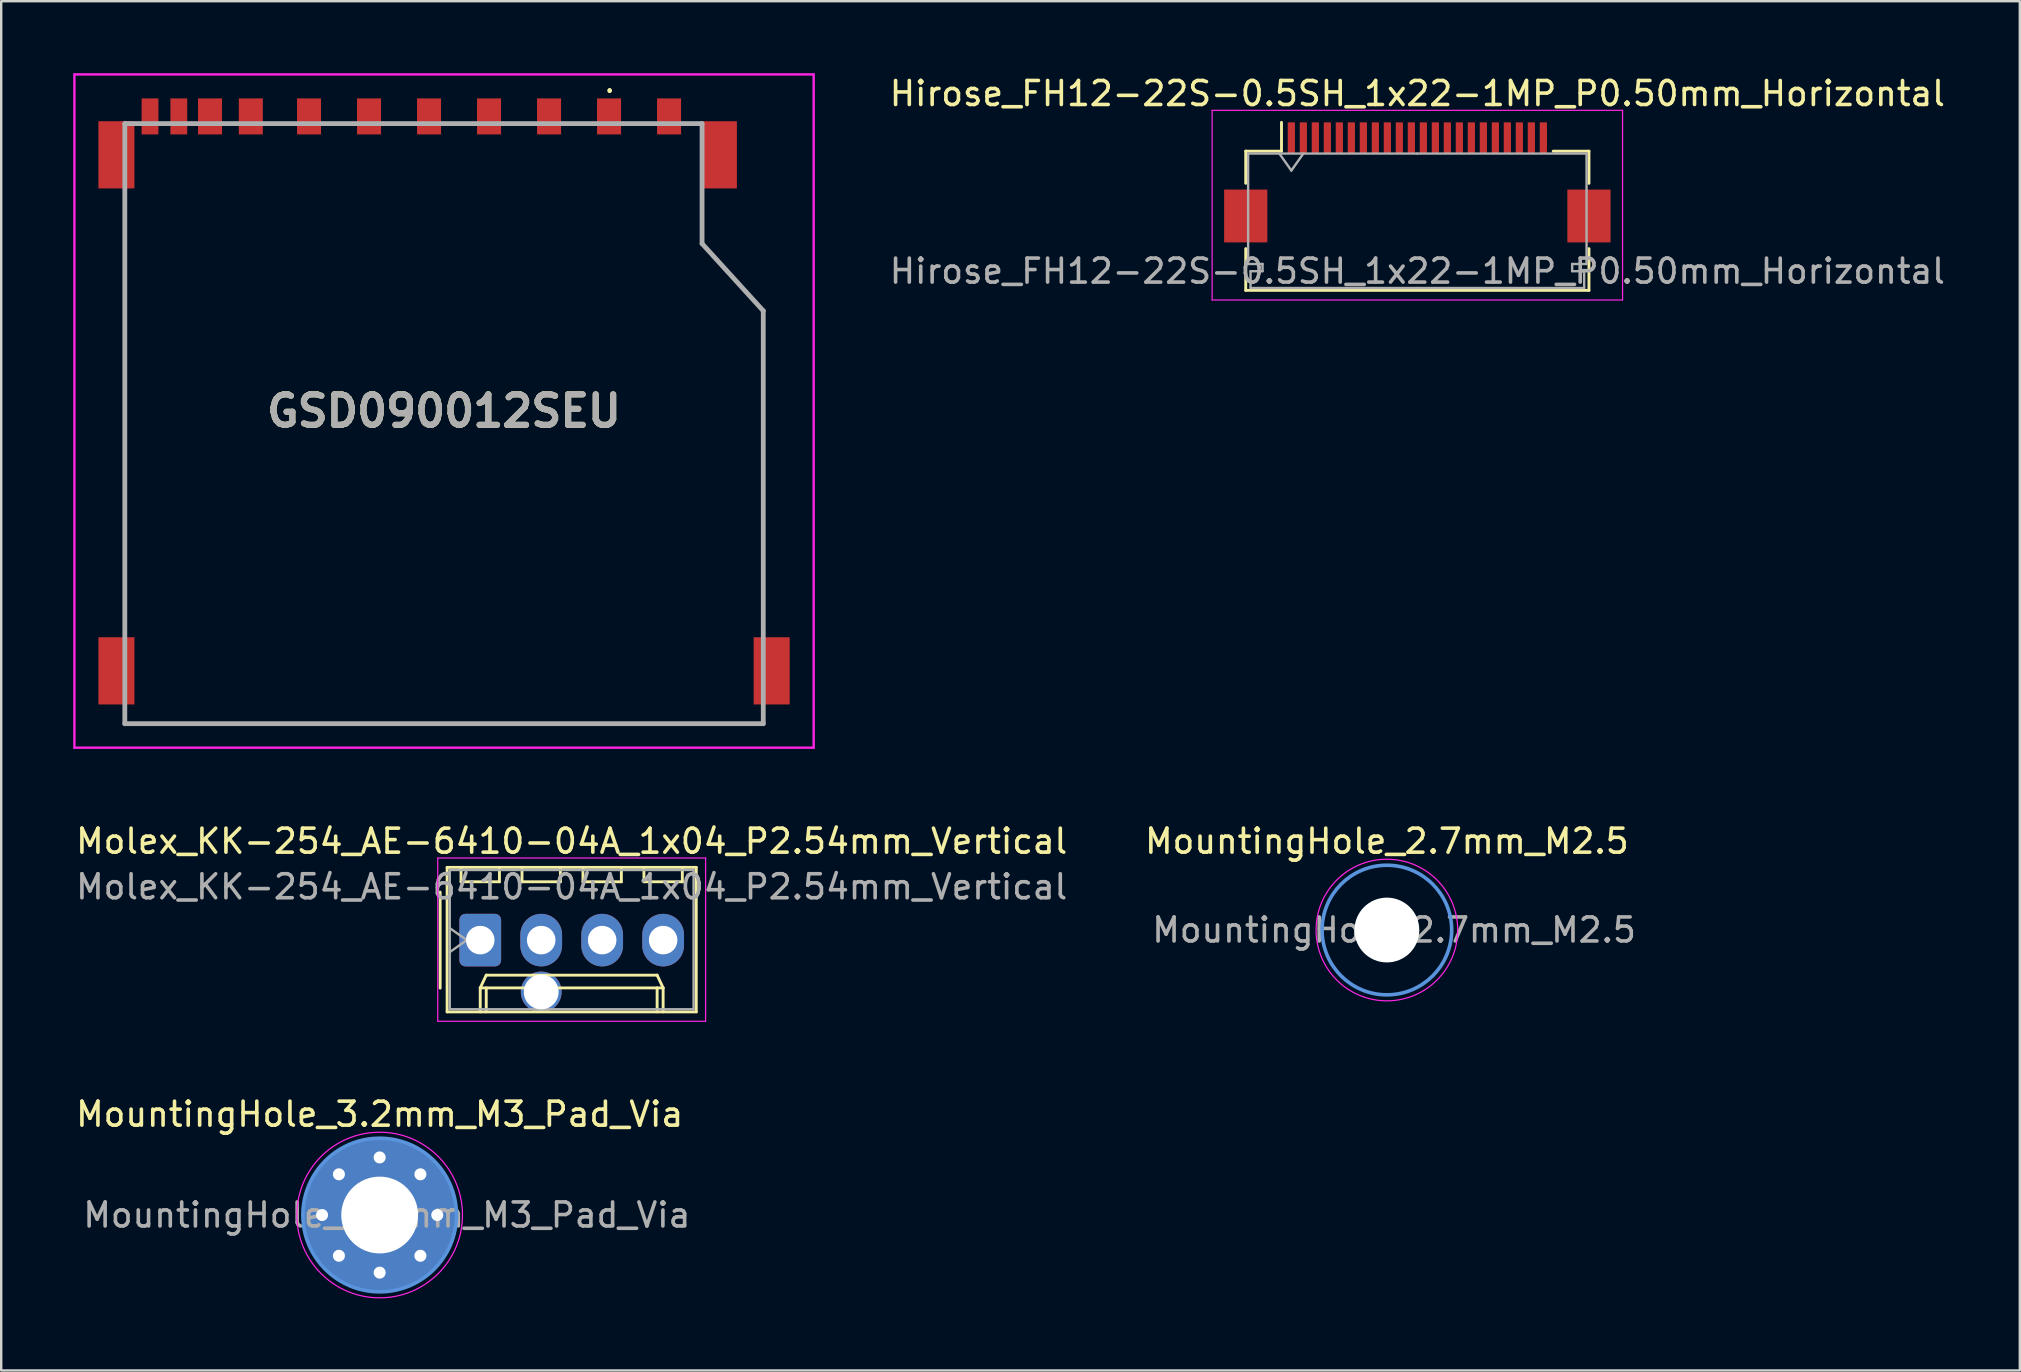
<source format=kicad_pcb>
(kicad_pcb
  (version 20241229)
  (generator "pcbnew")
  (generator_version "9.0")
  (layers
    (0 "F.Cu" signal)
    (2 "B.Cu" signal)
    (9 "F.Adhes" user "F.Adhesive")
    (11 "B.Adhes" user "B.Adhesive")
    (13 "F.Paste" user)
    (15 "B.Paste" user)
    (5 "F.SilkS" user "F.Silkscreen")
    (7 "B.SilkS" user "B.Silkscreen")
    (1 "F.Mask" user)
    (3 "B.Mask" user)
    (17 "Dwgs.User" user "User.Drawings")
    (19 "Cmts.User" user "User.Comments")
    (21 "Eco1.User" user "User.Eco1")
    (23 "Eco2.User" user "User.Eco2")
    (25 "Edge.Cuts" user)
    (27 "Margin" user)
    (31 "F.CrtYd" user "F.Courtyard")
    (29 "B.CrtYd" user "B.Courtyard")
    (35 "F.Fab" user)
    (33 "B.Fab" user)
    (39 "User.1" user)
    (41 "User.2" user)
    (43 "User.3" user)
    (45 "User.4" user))
  (footprint "MountingHole_2.7mm_M2.5"
    (layer "F.Cu")
    (at 54.732 35.698)
    (property "Reference" "MountingHole_2.7mm_M2.5" (at 0 -3.7 0) (layer "F.SilkS") (effects (font (size 1 1) (thickness 0.15))))
    (attr exclude_from_pos_files exclude_from_bom)
    (fp_circle (center 0 0) (end 2.7 0) (stroke (width 0.15) (type solid)) (fill no) (layer "Cmts.User"))
    (fp_circle (center 0 0) (end 2.95 0) (stroke (width 0.05) (type solid)) (fill no) (layer "F.CrtYd"))
    (fp_text user "${REFERENCE}" (at 0.3 0 0) (layer "F.Fab") (effects (font (size 1 1) (thickness 0.15))))
    (pad "" np_thru_hole circle (at 0 0) (size 2.7 2.7) (drill 2.7) (layers "*.Cu" "*.Mask")))
  (footprint "Hirose_FH12-22S-0.5SH_1x22-1MP_P0.50mm_Horizontal"
    (layer "F.Cu")
    (at 56.001 4.548)
    (property "Reference" "Hirose_FH12-22S-0.5SH_1x22-1MP_P0.50mm_Horizontal" (at 0 -3.7 0) (layer "F.SilkS") (effects (font (size 1 1) (thickness 0.15))))
    (attr smd)
    (fp_line (start -7.15 -1.3) (end -7.15 0.04) (stroke (width 0.12) (type solid)) (layer "F.SilkS"))
    (fp_line (start -7.15 2.76) (end -7.15 4.5) (stroke (width 0.12) (type solid)) (layer "F.SilkS"))
    (fp_line (start -7.15 4.5) (end 7.15 4.5) (stroke (width 0.12) (type solid)) (layer "F.SilkS"))
    (fp_line (start -5.66 -1.3) (end -7.15 -1.3) (stroke (width 0.12) (type solid)) (layer "F.SilkS"))
    (fp_line (start -5.66 -1.3) (end -5.66 -2.5) (stroke (width 0.12) (type solid)) (layer "F.SilkS"))
    (fp_line (start 5.66 -1.3) (end 7.15 -1.3) (stroke (width 0.12) (type solid)) (layer "F.SilkS"))
    (fp_line (start 7.15 -1.3) (end 7.15 0.04) (stroke (width 0.12) (type solid)) (layer "F.SilkS"))
    (fp_line (start 7.15 4.5) (end 7.15 2.76) (stroke (width 0.12) (type solid)) (layer "F.SilkS"))
    (fp_line (start -8.55 -3) (end -8.55 4.9) (stroke (width 0.05) (type solid)) (layer "F.CrtYd"))
    (fp_line (start -8.55 4.9) (end 8.55 4.9) (stroke (width 0.05) (type solid)) (layer "F.CrtYd"))
    (fp_line (start 8.55 -3) (end -8.55 -3) (stroke (width 0.05) (type solid)) (layer "F.CrtYd"))
    (fp_line (start 8.55 4.9) (end 8.55 -3) (stroke (width 0.05) (type solid)) (layer "F.CrtYd"))
    (fp_line (start -7.05 -1.2) (end -7.05 3.4) (stroke (width 0.1) (type solid)) (layer "F.Fab"))
    (fp_line (start -7.05 3.4) (end -6.45 3.4) (stroke (width 0.1) (type solid)) (layer "F.Fab"))
    (fp_line (start -6.95 3.7) (end -6.95 4.4) (stroke (width 0.1) (type solid)) (layer "F.Fab"))
    (fp_line (start -6.95 4.4) (end 0 4.4) (stroke (width 0.1) (type solid)) (layer "F.Fab"))
    (fp_line (start -6.45 3.4) (end -6.45 3.7) (stroke (width 0.1) (type solid)) (layer "F.Fab"))
    (fp_line (start -6.45 3.7) (end -6.95 3.7) (stroke (width 0.1) (type solid)) (layer "F.Fab"))
    (fp_line (start -5.75 -1.2) (end -5.25 -0.493) (stroke (width 0.1) (type solid)) (layer "F.Fab"))
    (fp_line (start -5.25 -0.493) (end -4.75 -1.2) (stroke (width 0.1) (type solid)) (layer "F.Fab"))
    (fp_line (start 0 -1.2) (end -7.05 -1.2) (stroke (width 0.1) (type solid)) (layer "F.Fab"))
    (fp_line (start 0 -1.2) (end 7.05 -1.2) (stroke (width 0.1) (type solid)) (layer "F.Fab"))
    (fp_line (start 6.45 3.4) (end 6.45 3.7) (stroke (width 0.1) (type solid)) (layer "F.Fab"))
    (fp_line (start 6.45 3.7) (end 6.95 3.7) (stroke (width 0.1) (type solid)) (layer "F.Fab"))
    (fp_line (start 6.95 3.7) (end 6.95 4.4) (stroke (width 0.1) (type solid)) (layer "F.Fab"))
    (fp_line (start 6.95 4.4) (end 0 4.4) (stroke (width 0.1) (type solid)) (layer "F.Fab"))
    (fp_line (start 7.05 -1.2) (end 7.05 3.4) (stroke (width 0.1) (type solid)) (layer "F.Fab"))
    (fp_line (start 7.05 3.4) (end 6.45 3.4) (stroke (width 0.1) (type solid)) (layer "F.Fab"))
    (fp_text user "${REFERENCE}" (at 0 3.7 0) (layer "F.Fab") (effects (font (size 1 1) (thickness 0.15))))
    (pad "1" smd rect (at -5.25 -1.85) (size 0.3 1.3) (layers "F.Cu" "F.Mask" "F.Paste"))
    (pad "2" smd rect (at -4.75 -1.85) (size 0.3 1.3) (layers "F.Cu" "F.Mask" "F.Paste"))
    (pad "3" smd rect (at -4.25 -1.85) (size 0.3 1.3) (layers "F.Cu" "F.Mask" "F.Paste"))
    (pad "4" smd rect (at -3.75 -1.85) (size 0.3 1.3) (layers "F.Cu" "F.Mask" "F.Paste"))
    (pad "5" smd rect (at -3.25 -1.85) (size 0.3 1.3) (layers "F.Cu" "F.Mask" "F.Paste"))
    (pad "6" smd rect (at -2.75 -1.85) (size 0.3 1.3) (layers "F.Cu" "F.Mask" "F.Paste"))
    (pad "7" smd rect (at -2.25 -1.85) (size 0.3 1.3) (layers "F.Cu" "F.Mask" "F.Paste"))
    (pad "8" smd rect (at -1.75 -1.85) (size 0.3 1.3) (layers "F.Cu" "F.Mask" "F.Paste"))
    (pad "9" smd rect (at -1.25 -1.85) (size 0.3 1.3) (layers "F.Cu" "F.Mask" "F.Paste"))
    (pad "10" smd rect (at -0.75 -1.85) (size 0.3 1.3) (layers "F.Cu" "F.Mask" "F.Paste"))
    (pad "11" smd rect (at -0.25 -1.85) (size 0.3 1.3) (layers "F.Cu" "F.Mask" "F.Paste"))
    (pad "12" smd rect (at 0.25 -1.85) (size 0.3 1.3) (layers "F.Cu" "F.Mask" "F.Paste"))
    (pad "13" smd rect (at 0.75 -1.85) (size 0.3 1.3) (layers "F.Cu" "F.Mask" "F.Paste"))
    (pad "14" smd rect (at 1.25 -1.85) (size 0.3 1.3) (layers "F.Cu" "F.Mask" "F.Paste"))
    (pad "15" smd rect (at 1.75 -1.85) (size 0.3 1.3) (layers "F.Cu" "F.Mask" "F.Paste"))
    (pad "16" smd rect (at 2.25 -1.85) (size 0.3 1.3) (layers "F.Cu" "F.Mask" "F.Paste"))
    (pad "17" smd rect (at 2.75 -1.85) (size 0.3 1.3) (layers "F.Cu" "F.Mask" "F.Paste"))
    (pad "18" smd rect (at 3.25 -1.85) (size 0.3 1.3) (layers "F.Cu" "F.Mask" "F.Paste"))
    (pad "19" smd rect (at 3.75 -1.85) (size 0.3 1.3) (layers "F.Cu" "F.Mask" "F.Paste"))
    (pad "20" smd rect (at 4.25 -1.85) (size 0.3 1.3) (layers "F.Cu" "F.Mask" "F.Paste"))
    (pad "21" smd rect (at 4.75 -1.85) (size 0.3 1.3) (layers "F.Cu" "F.Mask" "F.Paste"))
    (pad "22" smd rect (at 5.25 -1.85) (size 0.3 1.3) (layers "F.Cu" "F.Mask" "F.Paste"))
    (pad "MP" smd rect (at -7.15 1.4) (size 1.8 2.2) (layers "F.Cu" "F.Mask" "F.Paste"))
    (pad "MP" smd rect (at 7.15 1.4) (size 1.8 2.2) (layers "F.Cu" "F.Mask" "F.Paste")))
  (footprint "GSD090012SEU"
    (layer "F.Cu")
    (at 15.45 14.075)
    (property "Reference" "GSD090012SEU" (at 0 0 0) (layer "F.SilkS") (effects (font (size 1.27 1.27) (thickness 0.254))))
    (attr through_hole)
    (fp_line (start -13.3 8.525) (end -13.3 -8.475) (stroke (width 0.1) (type solid)) (layer "F.SilkS"))
    (fp_line (start -13.3 13.025) (end -13.3 12.525) (stroke (width 0.1) (type solid)) (layer "F.SilkS"))
    (fp_line (start 6.9 -13.4) (end 6.9 -13.4) (stroke (width 0.1) (type solid)) (layer "F.SilkS"))
    (fp_line (start 6.9 -13.3) (end 6.9 -13.3) (stroke (width 0.1) (type solid)) (layer "F.SilkS"))
    (fp_line (start 10.75 -8.475) (end 10.75 -6.975) (stroke (width 0.1) (type solid)) (layer "F.SilkS"))
    (fp_line (start 10.75 -6.975) (end 13.3 -4.175) (stroke (width 0.1) (type solid)) (layer "F.SilkS"))
    (fp_line (start 13.3 -4.175) (end 13.3 8.525) (stroke (width 0.1) (type solid)) (layer "F.SilkS"))
    (fp_line (start 13.3 12.525) (end 13.3 13.025) (stroke (width 0.1) (type solid)) (layer "F.SilkS"))
    (fp_line (start 13.3 13.025) (end -13.3 13.025) (stroke (width 0.1) (type solid)) (layer "F.SilkS"))
    (fp_arc (start 6.9 -13.4) (mid 6.95 -13.35) (end 6.9 -13.3) (stroke (width 0.1) (type solid)) (layer "F.SilkS"))
    (fp_arc (start 6.9 -13.3) (mid 6.85 -13.35) (end 6.9 -13.4) (stroke (width 0.1) (type solid)) (layer "F.SilkS"))
    (fp_line (start -15.4 -14.025) (end 15.4 -14.025) (stroke (width 0.1) (type solid)) (layer "F.CrtYd"))
    (fp_line (start -15.4 14.025) (end -15.4 -14.025) (stroke (width 0.1) (type solid)) (layer "F.CrtYd"))
    (fp_line (start 15.4 -14.025) (end 15.4 14.025) (stroke (width 0.1) (type solid)) (layer "F.CrtYd"))
    (fp_line (start 15.4 14.025) (end -15.4 14.025) (stroke (width 0.1) (type solid)) (layer "F.CrtYd"))
    (fp_line (start -13.3 -11.975) (end 10.75 -11.975) (stroke (width 0.2) (type solid)) (layer "F.Fab"))
    (fp_line (start -13.3 13.025) (end -13.3 -11.975) (stroke (width 0.2) (type solid)) (layer "F.Fab"))
    (fp_line (start 10.75 -11.975) (end 10.75 -6.975) (stroke (width 0.2) (type solid)) (layer "F.Fab"))
    (fp_line (start 10.75 -6.975) (end 13.3 -4.175) (stroke (width 0.2) (type solid)) (layer "F.Fab"))
    (fp_line (start 13.3 -4.175) (end 13.3 13.025) (stroke (width 0.2) (type solid)) (layer "F.Fab"))
    (fp_line (start 13.3 13.025) (end -13.3 13.025) (stroke (width 0.2) (type solid)) (layer "F.Fab"))
    (fp_text user "${REFERENCE}" (at 0 0 0) (layer "F.Fab") (effects (font (size 1.27 1.27) (thickness 0.254))))
    (pad "" np_thru_hole circle (at -11.499 -9.475) (size 0.001 0.001) (drill 1.1) (layers "*.Cu" "*.Mask"))
    (pad "" np_thru_hole circle (at 9.501 -9.475) (size 0.001 0.001) (drill 1.6) (layers "*.Cu" "*.Mask"))
    (pad "1" smd rect (at 6.875 -12.275) (size 1 1.5) (layers "F.Cu" "F.Mask" "F.Paste"))
    (pad "2" smd rect (at 4.375 -12.275) (size 1 1.5) (layers "F.Cu" "F.Mask" "F.Paste"))
    (pad "3" smd rect (at 1.875 -12.275) (size 1 1.5) (layers "F.Cu" "F.Mask" "F.Paste"))
    (pad "4" smd rect (at -0.625 -12.275) (size 1 1.5) (layers "F.Cu" "F.Mask" "F.Paste"))
    (pad "5" smd rect (at -3.125 -12.275) (size 1 1.5) (layers "F.Cu" "F.Mask" "F.Paste"))
    (pad "6" smd rect (at -5.625 -12.275) (size 1 1.5) (layers "F.Cu" "F.Mask" "F.Paste"))
    (pad "7" smd rect (at -8.05 -12.275) (size 1 1.5) (layers "F.Cu" "F.Mask" "F.Paste"))
    (pad "8" smd rect (at -9.75 -12.275) (size 1 1.5) (layers "F.Cu" "F.Mask" "F.Paste"))
    (pad "9" smd rect (at 9.375 -12.275) (size 1 1.5) (layers "F.Cu" "F.Mask" "F.Paste"))
    (pad "10" smd rect (at -11.05 -12.275) (size 0.7 1.5) (layers "F.Cu" "F.Mask" "F.Paste"))
    (pad "11" smd rect (at -12.25 -12.275) (size 0.7 1.5) (layers "F.Cu" "F.Mask" "F.Paste"))
    (pad "MP1" smd rect (at -13.65 -10.675) (size 1.5 2.8) (layers "F.Cu" "F.Mask" "F.Paste"))
    (pad "MP2" smd rect (at 11.451 -10.675) (size 1.5 2.8) (layers "F.Cu" "F.Mask" "F.Paste"))
    (pad "MP3" smd rect (at -13.65 10.825) (size 1.5 2.8) (layers "F.Cu" "F.Mask" "F.Paste"))
    (pad "MP4" smd rect (at 13.65 10.825) (size 1.5 2.8) (layers "F.Cu" "F.Mask" "F.Paste")))
  (footprint "MountingHole_3.2mm_M3_Pad_Via"
    (layer "F.Cu")
    (at 12.768 47.572)
    (property "Reference" "MountingHole_3.2mm_M3_Pad_Via" (at 0 -4.2 0) (layer "F.SilkS") (effects (font (size 1 1) (thickness 0.15))))
    (attr exclude_from_pos_files exclude_from_bom)
    (fp_circle (center 0 0) (end 3.2 0) (stroke (width 0.15) (type solid)) (fill no) (layer "Cmts.User"))
    (fp_circle (center 0 0) (end 3.45 0) (stroke (width 0.05) (type solid)) (fill no) (layer "F.CrtYd"))
    (fp_text user "${REFERENCE}" (at 0.3 0 0) (layer "F.Fab") (effects (font (size 1 1) (thickness 0.15))))
    (pad "1" thru_hole circle (at -2.4 0) (size 0.8 0.8) (drill 0.5) (layers "*.Cu" "*.Mask"))
    (pad "1" thru_hole circle (at -1.697 -1.697) (size 0.8 0.8) (drill 0.5) (layers "*.Cu" "*.Mask"))
    (pad "1" thru_hole circle (at -1.697 1.697) (size 0.8 0.8) (drill 0.5) (layers "*.Cu" "*.Mask"))
    (pad "1" thru_hole circle (at 0 -2.4) (size 0.8 0.8) (drill 0.5) (layers "*.Cu" "*.Mask"))
    (pad "1" thru_hole circle (at 0 0) (size 6.4 6.4) (drill 3.2) (layers "*.Cu" "*.Mask"))
    (pad "1" thru_hole circle (at 0 2.4) (size 0.8 0.8) (drill 0.5) (layers "*.Cu" "*.Mask"))
    (pad "1" thru_hole circle (at 1.697 -1.697) (size 0.8 0.8) (drill 0.5) (layers "*.Cu" "*.Mask"))
    (pad "1" thru_hole circle (at 1.697 1.697) (size 0.8 0.8) (drill 0.5) (layers "*.Cu" "*.Mask"))
    (pad "1" thru_hole circle (at 2.4 0) (size 0.8 0.8) (drill 0.5) (layers "*.Cu" "*.Mask")))
  (footprint "Molex_KK-254_AE-6410-04A_1x04_P2.54mm_Vertical"
    (layer "F.Cu")
    (at 16.958 36.118)
    (property "Reference" "Molex_KK-254_AE-6410-04A_1x04_P2.54mm_Vertical" (at 3.81 -4.12 0) (layer "F.SilkS") (effects (font (size 1 1) (thickness 0.15))))
    (attr through_hole)
    (fp_line (start -1.67 -2) (end -1.67 2) (stroke (width 0.12) (type solid)) (layer "F.SilkS"))
    (fp_line (start -1.38 -3.03) (end -1.38 2.99) (stroke (width 0.12) (type solid)) (layer "F.SilkS"))
    (fp_line (start -1.38 2.99) (end 9 2.99) (stroke (width 0.12) (type solid)) (layer "F.SilkS"))
    (fp_line (start -0.8 -3.03) (end -0.8 -2.43) (stroke (width 0.12) (type solid)) (layer "F.SilkS"))
    (fp_line (start -0.8 -2.43) (end 0.8 -2.43) (stroke (width 0.12) (type solid)) (layer "F.SilkS"))
    (fp_line (start 0 1.99) (end 0.25 1.46) (stroke (width 0.12) (type solid)) (layer "F.SilkS"))
    (fp_line (start 0 1.99) (end 7.62 1.99) (stroke (width 0.12) (type solid)) (layer "F.SilkS"))
    (fp_line (start 0 2.99) (end 0 1.99) (stroke (width 0.12) (type solid)) (layer "F.SilkS"))
    (fp_line (start 0.25 1.46) (end 7.37 1.46) (stroke (width 0.12) (type solid)) (layer "F.SilkS"))
    (fp_line (start 0.25 2.99) (end 0.25 1.99) (stroke (width 0.12) (type solid)) (layer "F.SilkS"))
    (fp_line (start 0.8 -2.43) (end 0.8 -3.03) (stroke (width 0.12) (type solid)) (layer "F.SilkS"))
    (fp_line (start 1.74 -3.03) (end 1.74 -2.43) (stroke (width 0.12) (type solid)) (layer "F.SilkS"))
    (fp_line (start 1.74 -2.43) (end 3.34 -2.43) (stroke (width 0.12) (type solid)) (layer "F.SilkS"))
    (fp_line (start 3.34 -2.43) (end 3.34 -3.03) (stroke (width 0.12) (type solid)) (layer "F.SilkS"))
    (fp_line (start 4.28 -3.03) (end 4.28 -2.43) (stroke (width 0.12) (type solid)) (layer "F.SilkS"))
    (fp_line (start 4.28 -2.43) (end 5.88 -2.43) (stroke (width 0.12) (type solid)) (layer "F.SilkS"))
    (fp_line (start 5.88 -2.43) (end 5.88 -3.03) (stroke (width 0.12) (type solid)) (layer "F.SilkS"))
    (fp_line (start 6.82 -3.03) (end 6.82 -2.43) (stroke (width 0.12) (type solid)) (layer "F.SilkS"))
    (fp_line (start 6.82 -2.43) (end 8.42 -2.43) (stroke (width 0.12) (type solid)) (layer "F.SilkS"))
    (fp_line (start 7.37 1.46) (end 7.62 1.99) (stroke (width 0.12) (type solid)) (layer "F.SilkS"))
    (fp_line (start 7.37 2.99) (end 7.37 1.99) (stroke (width 0.12) (type solid)) (layer "F.SilkS"))
    (fp_line (start 7.62 1.99) (end 7.62 2.99) (stroke (width 0.12) (type solid)) (layer "F.SilkS"))
    (fp_line (start 8.42 -2.43) (end 8.42 -3.03) (stroke (width 0.12) (type solid)) (layer "F.SilkS"))
    (fp_line (start 9 -3.03) (end -1.38 -3.03) (stroke (width 0.12) (type solid)) (layer "F.SilkS"))
    (fp_line (start 9 2.99) (end 9 -3.03) (stroke (width 0.12) (type solid)) (layer "F.SilkS"))
    (fp_line (start -1.77 -3.42) (end -1.77 3.38) (stroke (width 0.05) (type solid)) (layer "F.CrtYd"))
    (fp_line (start -1.77 3.38) (end 9.39 3.38) (stroke (width 0.05) (type solid)) (layer "F.CrtYd"))
    (fp_line (start 9.39 -3.42) (end -1.77 -3.42) (stroke (width 0.05) (type solid)) (layer "F.CrtYd"))
    (fp_line (start 9.39 3.38) (end 9.39 -3.42) (stroke (width 0.05) (type solid)) (layer "F.CrtYd"))
    (fp_line (start -1.27 -2.92) (end -1.27 2.88) (stroke (width 0.1) (type solid)) (layer "F.Fab"))
    (fp_line (start -1.27 -0.5) (end -0.563 0) (stroke (width 0.1) (type solid)) (layer "F.Fab"))
    (fp_line (start -1.27 2.88) (end 8.89 2.88) (stroke (width 0.1) (type solid)) (layer "F.Fab"))
    (fp_line (start -0.563 0) (end -1.27 0.5) (stroke (width 0.1) (type solid)) (layer "F.Fab"))
    (fp_line (start 8.89 -2.92) (end -1.27 -2.92) (stroke (width 0.1) (type solid)) (layer "F.Fab"))
    (fp_line (start 8.89 2.88) (end 8.89 -2.92) (stroke (width 0.1) (type solid)) (layer "F.Fab"))
    (fp_text user "${REFERENCE}" (at 3.81 -2.22 0) (layer "F.Fab") (effects (font (size 1 1) (thickness 0.15))))
    (pad "1" thru_hole roundrect (at 0 0) (size 1.74 2.19) (drill 1.19) (layers "*.Cu" "*.Mask") (roundrect_rratio 0.144))
    (pad "2" thru_hole oval (at 2.54 0) (size 1.74 2.19) (drill 1.19) (layers "*.Cu" "*.Mask"))
    (pad "3" thru_hole oval (at 5.08 0) (size 1.74 2.19) (drill 1.19) (layers "*.Cu" "*.Mask"))
    (pad "4" thru_hole oval (at 7.62 0) (size 1.74 2.19) (drill 1.19) (layers "*.Cu" "*.Mask"))
    (pad "5" thru_hole circle (at 2.54 2.16) (size 1.7 1.7) (drill 1.45) (layers "*.Cu" "*.Mask")))
  (gr_rect
    (start -3 -3)
    (end 81.102 54.047)
    (stroke (width 0.1) (type default))
    (fill no)
    (layer "Edge.Cuts")))
</source>
